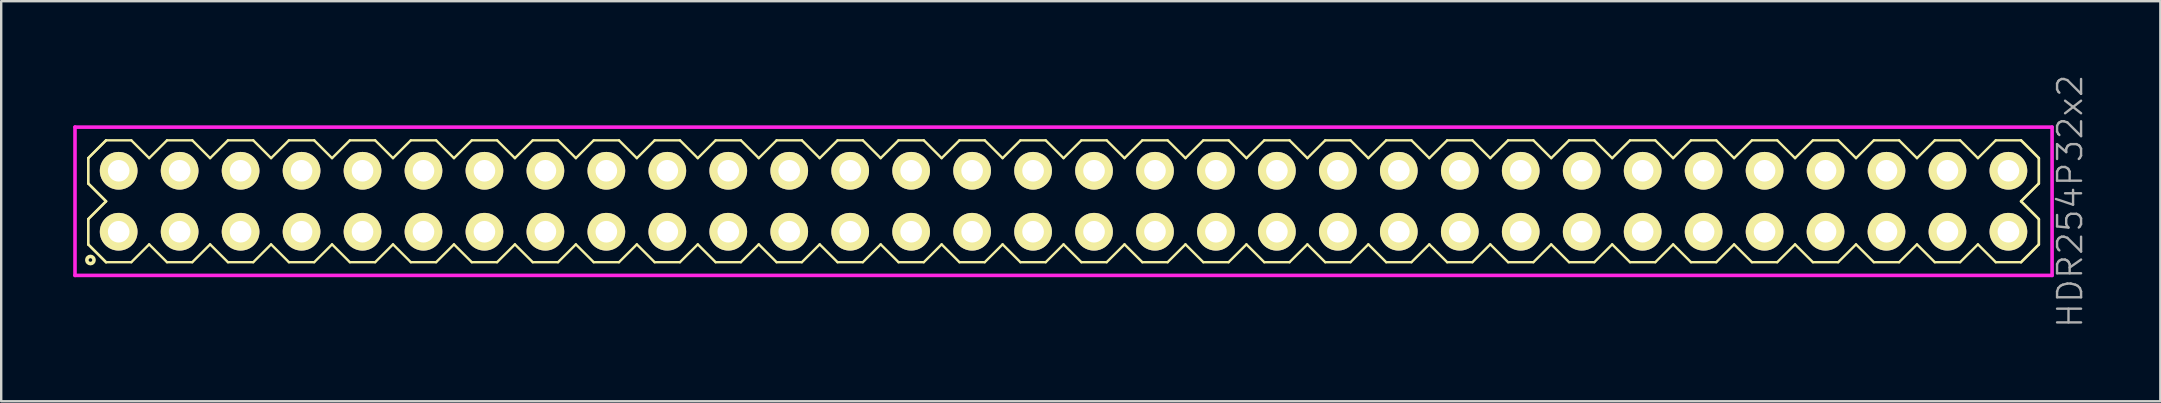
<source format=kicad_pcb>
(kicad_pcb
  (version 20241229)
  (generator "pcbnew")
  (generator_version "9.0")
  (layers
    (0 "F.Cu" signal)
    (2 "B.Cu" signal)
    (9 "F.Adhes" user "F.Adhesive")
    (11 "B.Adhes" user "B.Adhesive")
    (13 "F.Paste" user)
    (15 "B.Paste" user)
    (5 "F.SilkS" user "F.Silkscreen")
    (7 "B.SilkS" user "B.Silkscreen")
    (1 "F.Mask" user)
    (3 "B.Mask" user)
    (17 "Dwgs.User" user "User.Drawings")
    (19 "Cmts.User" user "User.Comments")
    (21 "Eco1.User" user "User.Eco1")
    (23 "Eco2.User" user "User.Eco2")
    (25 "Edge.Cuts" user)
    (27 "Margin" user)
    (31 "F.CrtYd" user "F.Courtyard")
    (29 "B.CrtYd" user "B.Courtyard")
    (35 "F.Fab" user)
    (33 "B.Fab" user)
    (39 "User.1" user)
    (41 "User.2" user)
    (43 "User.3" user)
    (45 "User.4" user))
  (footprint "HDR254P32x2"
    (layer "F.Cu")
    (at 41.265 5.336)
    (property "Reference" "HDR254P32x2" (at 41.94 0 90) (layer "F.Fab") (effects (font (size 1 1) (thickness 0.1))))
    (attr through_hole)
    (fp_line (start -40.64 -1.796) (end -39.896 -2.54) (stroke (width 0.1) (type solid)) (layer "F.SilkS"))
    (fp_line (start -40.64 -1.796) (end -39.896 -2.54) (stroke (width 0.1) (type solid)) (layer "F.SilkS"))
    (fp_line (start -40.64 -0.744) (end -40.64 -1.796) (stroke (width 0.1) (type solid)) (layer "F.SilkS"))
    (fp_line (start -40.64 -0.744) (end -40.64 -1.796) (stroke (width 0.1) (type solid)) (layer "F.SilkS"))
    (fp_line (start -40.64 0.744) (end -39.896 0) (stroke (width 0.1) (type solid)) (layer "F.SilkS"))
    (fp_line (start -40.64 0.744) (end -39.896 0) (stroke (width 0.1) (type solid)) (layer "F.SilkS"))
    (fp_line (start -40.64 1.796) (end -40.64 0.744) (stroke (width 0.1) (type solid)) (layer "F.SilkS"))
    (fp_line (start -40.64 1.796) (end -40.64 0.744) (stroke (width 0.1) (type solid)) (layer "F.SilkS"))
    (fp_line (start -39.896 -2.54) (end -38.844 -2.54) (stroke (width 0.1) (type solid)) (layer "F.SilkS"))
    (fp_line (start -39.896 0) (end -40.64 -0.744) (stroke (width 0.1) (type solid)) (layer "F.SilkS"))
    (fp_line (start -39.896 0) (end -40.64 -0.744) (stroke (width 0.1) (type solid)) (layer "F.SilkS"))
    (fp_line (start -39.896 2.54) (end -40.64 1.796) (stroke (width 0.1) (type solid)) (layer "F.SilkS"))
    (fp_line (start -39.896 2.54) (end -40.64 1.796) (stroke (width 0.1) (type solid)) (layer "F.SilkS"))
    (fp_line (start -38.844 -2.54) (end -38.1 -1.796) (stroke (width 0.1) (type solid)) (layer "F.SilkS"))
    (fp_line (start -38.844 2.54) (end -39.896 2.54) (stroke (width 0.1) (type solid)) (layer "F.SilkS"))
    (fp_line (start -38.1 -1.796) (end -37.356 -2.54) (stroke (width 0.1) (type solid)) (layer "F.SilkS"))
    (fp_line (start -38.1 1.796) (end -38.844 2.54) (stroke (width 0.1) (type solid)) (layer "F.SilkS"))
    (fp_line (start -37.356 -2.54) (end -36.304 -2.54) (stroke (width 0.1) (type solid)) (layer "F.SilkS"))
    (fp_line (start -37.356 2.54) (end -38.1 1.796) (stroke (width 0.1) (type solid)) (layer "F.SilkS"))
    (fp_line (start -36.304 -2.54) (end -35.56 -1.796) (stroke (width 0.1) (type solid)) (layer "F.SilkS"))
    (fp_line (start -36.304 2.54) (end -37.356 2.54) (stroke (width 0.1) (type solid)) (layer "F.SilkS"))
    (fp_line (start -35.56 -1.796) (end -34.816 -2.54) (stroke (width 0.1) (type solid)) (layer "F.SilkS"))
    (fp_line (start -35.56 1.796) (end -36.304 2.54) (stroke (width 0.1) (type solid)) (layer "F.SilkS"))
    (fp_line (start -34.816 -2.54) (end -33.764 -2.54) (stroke (width 0.1) (type solid)) (layer "F.SilkS"))
    (fp_line (start -34.816 2.54) (end -35.56 1.796) (stroke (width 0.1) (type solid)) (layer "F.SilkS"))
    (fp_line (start -33.764 -2.54) (end -33.02 -1.796) (stroke (width 0.1) (type solid)) (layer "F.SilkS"))
    (fp_line (start -33.764 2.54) (end -34.816 2.54) (stroke (width 0.1) (type solid)) (layer "F.SilkS"))
    (fp_line (start -33.02 -1.796) (end -32.276 -2.54) (stroke (width 0.1) (type solid)) (layer "F.SilkS"))
    (fp_line (start -33.02 1.796) (end -33.764 2.54) (stroke (width 0.1) (type solid)) (layer "F.SilkS"))
    (fp_line (start -32.276 -2.54) (end -31.224 -2.54) (stroke (width 0.1) (type solid)) (layer "F.SilkS"))
    (fp_line (start -32.276 2.54) (end -33.02 1.796) (stroke (width 0.1) (type solid)) (layer "F.SilkS"))
    (fp_line (start -31.224 -2.54) (end -30.48 -1.796) (stroke (width 0.1) (type solid)) (layer "F.SilkS"))
    (fp_line (start -31.224 2.54) (end -32.276 2.54) (stroke (width 0.1) (type solid)) (layer "F.SilkS"))
    (fp_line (start -30.48 -1.796) (end -29.736 -2.54) (stroke (width 0.1) (type solid)) (layer "F.SilkS"))
    (fp_line (start -30.48 1.796) (end -31.224 2.54) (stroke (width 0.1) (type solid)) (layer "F.SilkS"))
    (fp_line (start -29.736 -2.54) (end -28.684 -2.54) (stroke (width 0.1) (type solid)) (layer "F.SilkS"))
    (fp_line (start -29.736 2.54) (end -30.48 1.796) (stroke (width 0.1) (type solid)) (layer "F.SilkS"))
    (fp_line (start -28.684 -2.54) (end -27.94 -1.796) (stroke (width 0.1) (type solid)) (layer "F.SilkS"))
    (fp_line (start -28.684 2.54) (end -29.736 2.54) (stroke (width 0.1) (type solid)) (layer "F.SilkS"))
    (fp_line (start -27.94 -1.796) (end -27.196 -2.54) (stroke (width 0.1) (type solid)) (layer "F.SilkS"))
    (fp_line (start -27.94 1.796) (end -28.684 2.54) (stroke (width 0.1) (type solid)) (layer "F.SilkS"))
    (fp_line (start -27.196 -2.54) (end -26.144 -2.54) (stroke (width 0.1) (type solid)) (layer "F.SilkS"))
    (fp_line (start -27.196 2.54) (end -27.94 1.796) (stroke (width 0.1) (type solid)) (layer "F.SilkS"))
    (fp_line (start -26.144 -2.54) (end -25.4 -1.796) (stroke (width 0.1) (type solid)) (layer "F.SilkS"))
    (fp_line (start -26.144 2.54) (end -27.196 2.54) (stroke (width 0.1) (type solid)) (layer "F.SilkS"))
    (fp_line (start -25.4 -1.796) (end -24.656 -2.54) (stroke (width 0.1) (type solid)) (layer "F.SilkS"))
    (fp_line (start -25.4 1.796) (end -26.144 2.54) (stroke (width 0.1) (type solid)) (layer "F.SilkS"))
    (fp_line (start -24.656 -2.54) (end -23.604 -2.54) (stroke (width 0.1) (type solid)) (layer "F.SilkS"))
    (fp_line (start -24.656 2.54) (end -25.4 1.796) (stroke (width 0.1) (type solid)) (layer "F.SilkS"))
    (fp_line (start -23.604 -2.54) (end -22.86 -1.796) (stroke (width 0.1) (type solid)) (layer "F.SilkS"))
    (fp_line (start -23.604 2.54) (end -24.656 2.54) (stroke (width 0.1) (type solid)) (layer "F.SilkS"))
    (fp_line (start -22.86 -1.796) (end -22.116 -2.54) (stroke (width 0.1) (type solid)) (layer "F.SilkS"))
    (fp_line (start -22.86 1.796) (end -23.604 2.54) (stroke (width 0.1) (type solid)) (layer "F.SilkS"))
    (fp_line (start -22.116 -2.54) (end -21.064 -2.54) (stroke (width 0.1) (type solid)) (layer "F.SilkS"))
    (fp_line (start -22.116 2.54) (end -22.86 1.796) (stroke (width 0.1) (type solid)) (layer "F.SilkS"))
    (fp_line (start -21.064 -2.54) (end -20.32 -1.796) (stroke (width 0.1) (type solid)) (layer "F.SilkS"))
    (fp_line (start -21.064 2.54) (end -22.116 2.54) (stroke (width 0.1) (type solid)) (layer "F.SilkS"))
    (fp_line (start -20.32 -1.796) (end -19.576 -2.54) (stroke (width 0.1) (type solid)) (layer "F.SilkS"))
    (fp_line (start -20.32 1.796) (end -21.064 2.54) (stroke (width 0.1) (type solid)) (layer "F.SilkS"))
    (fp_line (start -19.576 -2.54) (end -18.524 -2.54) (stroke (width 0.1) (type solid)) (layer "F.SilkS"))
    (fp_line (start -19.576 2.54) (end -20.32 1.796) (stroke (width 0.1) (type solid)) (layer "F.SilkS"))
    (fp_line (start -18.524 -2.54) (end -17.78 -1.796) (stroke (width 0.1) (type solid)) (layer "F.SilkS"))
    (fp_line (start -18.524 2.54) (end -19.576 2.54) (stroke (width 0.1) (type solid)) (layer "F.SilkS"))
    (fp_line (start -17.78 -1.796) (end -17.036 -2.54) (stroke (width 0.1) (type solid)) (layer "F.SilkS"))
    (fp_line (start -17.78 1.796) (end -18.524 2.54) (stroke (width 0.1) (type solid)) (layer "F.SilkS"))
    (fp_line (start -17.036 -2.54) (end -15.984 -2.54) (stroke (width 0.1) (type solid)) (layer "F.SilkS"))
    (fp_line (start -17.036 2.54) (end -17.78 1.796) (stroke (width 0.1) (type solid)) (layer "F.SilkS"))
    (fp_line (start -15.984 -2.54) (end -15.24 -1.796) (stroke (width 0.1) (type solid)) (layer "F.SilkS"))
    (fp_line (start -15.984 2.54) (end -17.036 2.54) (stroke (width 0.1) (type solid)) (layer "F.SilkS"))
    (fp_line (start -15.24 -1.796) (end -14.496 -2.54) (stroke (width 0.1) (type solid)) (layer "F.SilkS"))
    (fp_line (start -15.24 1.796) (end -15.984 2.54) (stroke (width 0.1) (type solid)) (layer "F.SilkS"))
    (fp_line (start -14.496 -2.54) (end -13.444 -2.54) (stroke (width 0.1) (type solid)) (layer "F.SilkS"))
    (fp_line (start -14.496 2.54) (end -15.24 1.796) (stroke (width 0.1) (type solid)) (layer "F.SilkS"))
    (fp_line (start -13.444 -2.54) (end -12.7 -1.796) (stroke (width 0.1) (type solid)) (layer "F.SilkS"))
    (fp_line (start -13.444 2.54) (end -14.496 2.54) (stroke (width 0.1) (type solid)) (layer "F.SilkS"))
    (fp_line (start -12.7 -1.796) (end -11.956 -2.54) (stroke (width 0.1) (type solid)) (layer "F.SilkS"))
    (fp_line (start -12.7 1.796) (end -13.444 2.54) (stroke (width 0.1) (type solid)) (layer "F.SilkS"))
    (fp_line (start -11.956 -2.54) (end -10.904 -2.54) (stroke (width 0.1) (type solid)) (layer "F.SilkS"))
    (fp_line (start -11.956 2.54) (end -12.7 1.796) (stroke (width 0.1) (type solid)) (layer "F.SilkS"))
    (fp_line (start -10.904 -2.54) (end -10.16 -1.796) (stroke (width 0.1) (type solid)) (layer "F.SilkS"))
    (fp_line (start -10.904 2.54) (end -11.956 2.54) (stroke (width 0.1) (type solid)) (layer "F.SilkS"))
    (fp_line (start -10.16 -1.796) (end -9.416 -2.54) (stroke (width 0.1) (type solid)) (layer "F.SilkS"))
    (fp_line (start -10.16 1.796) (end -10.904 2.54) (stroke (width 0.1) (type solid)) (layer "F.SilkS"))
    (fp_line (start -9.416 -2.54) (end -8.364 -2.54) (stroke (width 0.1) (type solid)) (layer "F.SilkS"))
    (fp_line (start -9.416 2.54) (end -10.16 1.796) (stroke (width 0.1) (type solid)) (layer "F.SilkS"))
    (fp_line (start -8.364 -2.54) (end -7.62 -1.796) (stroke (width 0.1) (type solid)) (layer "F.SilkS"))
    (fp_line (start -8.364 2.54) (end -9.416 2.54) (stroke (width 0.1) (type solid)) (layer "F.SilkS"))
    (fp_line (start -7.62 -1.796) (end -6.876 -2.54) (stroke (width 0.1) (type solid)) (layer "F.SilkS"))
    (fp_line (start -7.62 1.796) (end -8.364 2.54) (stroke (width 0.1) (type solid)) (layer "F.SilkS"))
    (fp_line (start -6.876 -2.54) (end -5.824 -2.54) (stroke (width 0.1) (type solid)) (layer "F.SilkS"))
    (fp_line (start -6.876 2.54) (end -7.62 1.796) (stroke (width 0.1) (type solid)) (layer "F.SilkS"))
    (fp_line (start -5.824 -2.54) (end -5.08 -1.796) (stroke (width 0.1) (type solid)) (layer "F.SilkS"))
    (fp_line (start -5.824 2.54) (end -6.876 2.54) (stroke (width 0.1) (type solid)) (layer "F.SilkS"))
    (fp_line (start -5.08 -1.796) (end -4.336 -2.54) (stroke (width 0.1) (type solid)) (layer "F.SilkS"))
    (fp_line (start -5.08 1.796) (end -5.824 2.54) (stroke (width 0.1) (type solid)) (layer "F.SilkS"))
    (fp_line (start -4.336 -2.54) (end -3.284 -2.54) (stroke (width 0.1) (type solid)) (layer "F.SilkS"))
    (fp_line (start -4.336 2.54) (end -5.08 1.796) (stroke (width 0.1) (type solid)) (layer "F.SilkS"))
    (fp_line (start -3.284 -2.54) (end -2.54 -1.796) (stroke (width 0.1) (type solid)) (layer "F.SilkS"))
    (fp_line (start -3.284 2.54) (end -4.336 2.54) (stroke (width 0.1) (type solid)) (layer "F.SilkS"))
    (fp_line (start -2.54 -1.796) (end -1.796 -2.54) (stroke (width 0.1) (type solid)) (layer "F.SilkS"))
    (fp_line (start -2.54 1.796) (end -3.284 2.54) (stroke (width 0.1) (type solid)) (layer "F.SilkS"))
    (fp_line (start -1.796 -2.54) (end -0.744 -2.54) (stroke (width 0.1) (type solid)) (layer "F.SilkS"))
    (fp_line (start -1.796 2.54) (end -2.54 1.796) (stroke (width 0.1) (type solid)) (layer "F.SilkS"))
    (fp_line (start -0.744 -2.54) (end 0 -1.796) (stroke (width 0.1) (type solid)) (layer "F.SilkS"))
    (fp_line (start -0.744 2.54) (end -1.796 2.54) (stroke (width 0.1) (type solid)) (layer "F.SilkS"))
    (fp_line (start 0 -1.796) (end 0.744 -2.54) (stroke (width 0.1) (type solid)) (layer "F.SilkS"))
    (fp_line (start 0 1.796) (end -0.744 2.54) (stroke (width 0.1) (type solid)) (layer "F.SilkS"))
    (fp_line (start 0.744 -2.54) (end 1.796 -2.54) (stroke (width 0.1) (type solid)) (layer "F.SilkS"))
    (fp_line (start 0.744 2.54) (end 0 1.796) (stroke (width 0.1) (type solid)) (layer "F.SilkS"))
    (fp_line (start 1.796 -2.54) (end 2.54 -1.796) (stroke (width 0.1) (type solid)) (layer "F.SilkS"))
    (fp_line (start 1.796 2.54) (end 0.744 2.54) (stroke (width 0.1) (type solid)) (layer "F.SilkS"))
    (fp_line (start 2.54 -1.796) (end 3.284 -2.54) (stroke (width 0.1) (type solid)) (layer "F.SilkS"))
    (fp_line (start 2.54 1.796) (end 1.796 2.54) (stroke (width 0.1) (type solid)) (layer "F.SilkS"))
    (fp_line (start 3.284 -2.54) (end 4.336 -2.54) (stroke (width 0.1) (type solid)) (layer "F.SilkS"))
    (fp_line (start 3.284 2.54) (end 2.54 1.796) (stroke (width 0.1) (type solid)) (layer "F.SilkS"))
    (fp_line (start 4.336 -2.54) (end 5.08 -1.796) (stroke (width 0.1) (type solid)) (layer "F.SilkS"))
    (fp_line (start 4.336 2.54) (end 3.284 2.54) (stroke (width 0.1) (type solid)) (layer "F.SilkS"))
    (fp_line (start 5.08 -1.796) (end 5.824 -2.54) (stroke (width 0.1) (type solid)) (layer "F.SilkS"))
    (fp_line (start 5.08 1.796) (end 4.336 2.54) (stroke (width 0.1) (type solid)) (layer "F.SilkS"))
    (fp_line (start 5.824 -2.54) (end 6.876 -2.54) (stroke (width 0.1) (type solid)) (layer "F.SilkS"))
    (fp_line (start 5.824 2.54) (end 5.08 1.796) (stroke (width 0.1) (type solid)) (layer "F.SilkS"))
    (fp_line (start 6.876 -2.54) (end 7.62 -1.796) (stroke (width 0.1) (type solid)) (layer "F.SilkS"))
    (fp_line (start 6.876 2.54) (end 5.824 2.54) (stroke (width 0.1) (type solid)) (layer "F.SilkS"))
    (fp_line (start 7.62 -1.796) (end 8.364 -2.54) (stroke (width 0.1) (type solid)) (layer "F.SilkS"))
    (fp_line (start 7.62 1.796) (end 6.876 2.54) (stroke (width 0.1) (type solid)) (layer "F.SilkS"))
    (fp_line (start 8.364 -2.54) (end 9.416 -2.54) (stroke (width 0.1) (type solid)) (layer "F.SilkS"))
    (fp_line (start 8.364 2.54) (end 7.62 1.796) (stroke (width 0.1) (type solid)) (layer "F.SilkS"))
    (fp_line (start 9.416 -2.54) (end 10.16 -1.796) (stroke (width 0.1) (type solid)) (layer "F.SilkS"))
    (fp_line (start 9.416 2.54) (end 8.364 2.54) (stroke (width 0.1) (type solid)) (layer "F.SilkS"))
    (fp_line (start 10.16 -1.796) (end 10.904 -2.54) (stroke (width 0.1) (type solid)) (layer "F.SilkS"))
    (fp_line (start 10.16 1.796) (end 9.416 2.54) (stroke (width 0.1) (type solid)) (layer "F.SilkS"))
    (fp_line (start 10.904 -2.54) (end 11.956 -2.54) (stroke (width 0.1) (type solid)) (layer "F.SilkS"))
    (fp_line (start 10.904 2.54) (end 10.16 1.796) (stroke (width 0.1) (type solid)) (layer "F.SilkS"))
    (fp_line (start 11.956 -2.54) (end 12.7 -1.796) (stroke (width 0.1) (type solid)) (layer "F.SilkS"))
    (fp_line (start 11.956 2.54) (end 10.904 2.54) (stroke (width 0.1) (type solid)) (layer "F.SilkS"))
    (fp_line (start 12.7 -1.796) (end 13.444 -2.54) (stroke (width 0.1) (type solid)) (layer "F.SilkS"))
    (fp_line (start 12.7 1.796) (end 11.956 2.54) (stroke (width 0.1) (type solid)) (layer "F.SilkS"))
    (fp_line (start 13.444 -2.54) (end 14.496 -2.54) (stroke (width 0.1) (type solid)) (layer "F.SilkS"))
    (fp_line (start 13.444 2.54) (end 12.7 1.796) (stroke (width 0.1) (type solid)) (layer "F.SilkS"))
    (fp_line (start 14.496 -2.54) (end 15.24 -1.796) (stroke (width 0.1) (type solid)) (layer "F.SilkS"))
    (fp_line (start 14.496 2.54) (end 13.444 2.54) (stroke (width 0.1) (type solid)) (layer "F.SilkS"))
    (fp_line (start 15.24 -1.796) (end 15.984 -2.54) (stroke (width 0.1) (type solid)) (layer "F.SilkS"))
    (fp_line (start 15.24 1.796) (end 14.496 2.54) (stroke (width 0.1) (type solid)) (layer "F.SilkS"))
    (fp_line (start 15.984 -2.54) (end 17.036 -2.54) (stroke (width 0.1) (type solid)) (layer "F.SilkS"))
    (fp_line (start 15.984 2.54) (end 15.24 1.796) (stroke (width 0.1) (type solid)) (layer "F.SilkS"))
    (fp_line (start 17.036 -2.54) (end 17.78 -1.796) (stroke (width 0.1) (type solid)) (layer "F.SilkS"))
    (fp_line (start 17.036 2.54) (end 15.984 2.54) (stroke (width 0.1) (type solid)) (layer "F.SilkS"))
    (fp_line (start 17.78 -1.796) (end 18.524 -2.54) (stroke (width 0.1) (type solid)) (layer "F.SilkS"))
    (fp_line (start 17.78 1.796) (end 17.036 2.54) (stroke (width 0.1) (type solid)) (layer "F.SilkS"))
    (fp_line (start 18.524 -2.54) (end 19.576 -2.54) (stroke (width 0.1) (type solid)) (layer "F.SilkS"))
    (fp_line (start 18.524 2.54) (end 17.78 1.796) (stroke (width 0.1) (type solid)) (layer "F.SilkS"))
    (fp_line (start 19.576 -2.54) (end 20.32 -1.796) (stroke (width 0.1) (type solid)) (layer "F.SilkS"))
    (fp_line (start 19.576 2.54) (end 18.524 2.54) (stroke (width 0.1) (type solid)) (layer "F.SilkS"))
    (fp_line (start 20.32 -1.796) (end 21.064 -2.54) (stroke (width 0.1) (type solid)) (layer "F.SilkS"))
    (fp_line (start 20.32 1.796) (end 19.576 2.54) (stroke (width 0.1) (type solid)) (layer "F.SilkS"))
    (fp_line (start 21.064 -2.54) (end 22.116 -2.54) (stroke (width 0.1) (type solid)) (layer "F.SilkS"))
    (fp_line (start 21.064 2.54) (end 20.32 1.796) (stroke (width 0.1) (type solid)) (layer "F.SilkS"))
    (fp_line (start 22.116 -2.54) (end 22.86 -1.796) (stroke (width 0.1) (type solid)) (layer "F.SilkS"))
    (fp_line (start 22.116 2.54) (end 21.064 2.54) (stroke (width 0.1) (type solid)) (layer "F.SilkS"))
    (fp_line (start 22.86 -1.796) (end 23.604 -2.54) (stroke (width 0.1) (type solid)) (layer "F.SilkS"))
    (fp_line (start 22.86 1.796) (end 22.116 2.54) (stroke (width 0.1) (type solid)) (layer "F.SilkS"))
    (fp_line (start 23.604 -2.54) (end 24.656 -2.54) (stroke (width 0.1) (type solid)) (layer "F.SilkS"))
    (fp_line (start 23.604 2.54) (end 22.86 1.796) (stroke (width 0.1) (type solid)) (layer "F.SilkS"))
    (fp_line (start 24.656 -2.54) (end 25.4 -1.796) (stroke (width 0.1) (type solid)) (layer "F.SilkS"))
    (fp_line (start 24.656 2.54) (end 23.604 2.54) (stroke (width 0.1) (type solid)) (layer "F.SilkS"))
    (fp_line (start 25.4 -1.796) (end 26.144 -2.54) (stroke (width 0.1) (type solid)) (layer "F.SilkS"))
    (fp_line (start 25.4 1.796) (end 24.656 2.54) (stroke (width 0.1) (type solid)) (layer "F.SilkS"))
    (fp_line (start 26.144 -2.54) (end 27.196 -2.54) (stroke (width 0.1) (type solid)) (layer "F.SilkS"))
    (fp_line (start 26.144 2.54) (end 25.4 1.796) (stroke (width 0.1) (type solid)) (layer "F.SilkS"))
    (fp_line (start 27.196 -2.54) (end 27.94 -1.796) (stroke (width 0.1) (type solid)) (layer "F.SilkS"))
    (fp_line (start 27.196 2.54) (end 26.144 2.54) (stroke (width 0.1) (type solid)) (layer "F.SilkS"))
    (fp_line (start 27.94 -1.796) (end 28.684 -2.54) (stroke (width 0.1) (type solid)) (layer "F.SilkS"))
    (fp_line (start 27.94 1.796) (end 27.196 2.54) (stroke (width 0.1) (type solid)) (layer "F.SilkS"))
    (fp_line (start 28.684 -2.54) (end 29.736 -2.54) (stroke (width 0.1) (type solid)) (layer "F.SilkS"))
    (fp_line (start 28.684 2.54) (end 27.94 1.796) (stroke (width 0.1) (type solid)) (layer "F.SilkS"))
    (fp_line (start 29.736 -2.54) (end 30.48 -1.796) (stroke (width 0.1) (type solid)) (layer "F.SilkS"))
    (fp_line (start 29.736 2.54) (end 28.684 2.54) (stroke (width 0.1) (type solid)) (layer "F.SilkS"))
    (fp_line (start 30.48 -1.796) (end 31.224 -2.54) (stroke (width 0.1) (type solid)) (layer "F.SilkS"))
    (fp_line (start 30.48 1.796) (end 29.736 2.54) (stroke (width 0.1) (type solid)) (layer "F.SilkS"))
    (fp_line (start 31.224 -2.54) (end 32.276 -2.54) (stroke (width 0.1) (type solid)) (layer "F.SilkS"))
    (fp_line (start 31.224 2.54) (end 30.48 1.796) (stroke (width 0.1) (type solid)) (layer "F.SilkS"))
    (fp_line (start 32.276 -2.54) (end 33.02 -1.796) (stroke (width 0.1) (type solid)) (layer "F.SilkS"))
    (fp_line (start 32.276 2.54) (end 31.224 2.54) (stroke (width 0.1) (type solid)) (layer "F.SilkS"))
    (fp_line (start 33.02 -1.796) (end 33.764 -2.54) (stroke (width 0.1) (type solid)) (layer "F.SilkS"))
    (fp_line (start 33.02 1.796) (end 32.276 2.54) (stroke (width 0.1) (type solid)) (layer "F.SilkS"))
    (fp_line (start 33.764 -2.54) (end 34.816 -2.54) (stroke (width 0.1) (type solid)) (layer "F.SilkS"))
    (fp_line (start 33.764 2.54) (end 33.02 1.796) (stroke (width 0.1) (type solid)) (layer "F.SilkS"))
    (fp_line (start 34.816 -2.54) (end 35.56 -1.796) (stroke (width 0.1) (type solid)) (layer "F.SilkS"))
    (fp_line (start 34.816 2.54) (end 33.764 2.54) (stroke (width 0.1) (type solid)) (layer "F.SilkS"))
    (fp_line (start 35.56 -1.796) (end 36.304 -2.54) (stroke (width 0.1) (type solid)) (layer "F.SilkS"))
    (fp_line (start 35.56 1.796) (end 34.816 2.54) (stroke (width 0.1) (type solid)) (layer "F.SilkS"))
    (fp_line (start 36.304 -2.54) (end 37.356 -2.54) (stroke (width 0.1) (type solid)) (layer "F.SilkS"))
    (fp_line (start 36.304 2.54) (end 35.56 1.796) (stroke (width 0.1) (type solid)) (layer "F.SilkS"))
    (fp_line (start 37.356 -2.54) (end 38.1 -1.796) (stroke (width 0.1) (type solid)) (layer "F.SilkS"))
    (fp_line (start 37.356 2.54) (end 36.304 2.54) (stroke (width 0.1) (type solid)) (layer "F.SilkS"))
    (fp_line (start 38.1 -1.796) (end 38.844 -2.54) (stroke (width 0.1) (type solid)) (layer "F.SilkS"))
    (fp_line (start 38.1 1.796) (end 37.356 2.54) (stroke (width 0.1) (type solid)) (layer "F.SilkS"))
    (fp_line (start 38.844 -2.54) (end 39.896 -2.54) (stroke (width 0.1) (type solid)) (layer "F.SilkS"))
    (fp_line (start 38.844 2.54) (end 38.1 1.796) (stroke (width 0.1) (type solid)) (layer "F.SilkS"))
    (fp_line (start 39.896 -2.54) (end 40.64 -1.796) (stroke (width 0.1) (type solid)) (layer "F.SilkS"))
    (fp_line (start 39.896 -2.54) (end 40.64 -1.796) (stroke (width 0.1) (type solid)) (layer "F.SilkS"))
    (fp_line (start 39.896 0) (end 40.64 0.744) (stroke (width 0.1) (type solid)) (layer "F.SilkS"))
    (fp_line (start 39.896 0) (end 40.64 0.744) (stroke (width 0.1) (type solid)) (layer "F.SilkS"))
    (fp_line (start 39.896 2.54) (end 38.844 2.54) (stroke (width 0.1) (type solid)) (layer "F.SilkS"))
    (fp_line (start 40.64 -1.796) (end 40.64 -0.744) (stroke (width 0.1) (type solid)) (layer "F.SilkS"))
    (fp_line (start 40.64 -1.796) (end 40.64 -0.744) (stroke (width 0.1) (type solid)) (layer "F.SilkS"))
    (fp_line (start 40.64 -0.744) (end 39.896 0) (stroke (width 0.1) (type solid)) (layer "F.SilkS"))
    (fp_line (start 40.64 -0.744) (end 39.896 0) (stroke (width 0.1) (type solid)) (layer "F.SilkS"))
    (fp_line (start 40.64 0.744) (end 40.64 1.796) (stroke (width 0.1) (type solid)) (layer "F.SilkS"))
    (fp_line (start 40.64 0.744) (end 40.64 1.796) (stroke (width 0.1) (type solid)) (layer "F.SilkS"))
    (fp_line (start 40.64 1.796) (end 39.896 2.54) (stroke (width 0.1) (type solid)) (layer "F.SilkS"))
    (fp_line (start 40.64 1.796) (end 39.896 2.54) (stroke (width 0.1) (type solid)) (layer "F.SilkS"))
    (fp_circle (center -40.547 2.448) (end -40.397 2.448) (stroke (width 0.15) (type solid)) (fill no) (layer "F.SilkS"))
    (fp_line (start -41.19 -3.09) (end -41.19 3.09) (stroke (width 0.15) (type solid)) (layer "F.CrtYd"))
    (fp_line (start -41.19 3.09) (end 41.19 3.09) (stroke (width 0.15) (type solid)) (layer "F.CrtYd"))
    (fp_line (start 41.19 -3.09) (end -41.19 -3.09) (stroke (width 0.15) (type solid)) (layer "F.CrtYd"))
    (fp_line (start 41.19 3.09) (end 41.19 -3.09) (stroke (width 0.15) (type solid)) (layer "F.CrtYd"))
    (pad "1" thru_hole oval (at -39.37 1.27) (size 1.57 1.57) (drill 0.9) (layers "*.Cu" "*.Mask" "F.SilkS"))
    (pad "2" thru_hole oval (at -39.37 -1.27) (size 1.57 1.57) (drill 0.9) (layers "*.Cu" "*.Mask" "F.SilkS"))
    (pad "3" thru_hole oval (at -36.83 1.27) (size 1.57 1.57) (drill 0.9) (layers "*.Cu" "*.Mask" "F.SilkS"))
    (pad "4" thru_hole oval (at -36.83 -1.27) (size 1.57 1.57) (drill 0.9) (layers "*.Cu" "*.Mask" "F.SilkS"))
    (pad "5" thru_hole oval (at -34.29 1.27) (size 1.57 1.57) (drill 0.9) (layers "*.Cu" "*.Mask" "F.SilkS"))
    (pad "6" thru_hole oval (at -34.29 -1.27) (size 1.57 1.57) (drill 0.9) (layers "*.Cu" "*.Mask" "F.SilkS"))
    (pad "7" thru_hole oval (at -31.75 1.27) (size 1.57 1.57) (drill 0.9) (layers "*.Cu" "*.Mask" "F.SilkS"))
    (pad "8" thru_hole oval (at -31.75 -1.27) (size 1.57 1.57) (drill 0.9) (layers "*.Cu" "*.Mask" "F.SilkS"))
    (pad "9" thru_hole oval (at -29.21 1.27) (size 1.57 1.57) (drill 0.9) (layers "*.Cu" "*.Mask" "F.SilkS"))
    (pad "10" thru_hole oval (at -29.21 -1.27) (size 1.57 1.57) (drill 0.9) (layers "*.Cu" "*.Mask" "F.SilkS"))
    (pad "11" thru_hole oval (at -26.67 1.27) (size 1.57 1.57) (drill 0.9) (layers "*.Cu" "*.Mask" "F.SilkS"))
    (pad "12" thru_hole oval (at -26.67 -1.27) (size 1.57 1.57) (drill 0.9) (layers "*.Cu" "*.Mask" "F.SilkS"))
    (pad "13" thru_hole oval (at -24.13 1.27) (size 1.57 1.57) (drill 0.9) (layers "*.Cu" "*.Mask" "F.SilkS"))
    (pad "14" thru_hole oval (at -24.13 -1.27) (size 1.57 1.57) (drill 0.9) (layers "*.Cu" "*.Mask" "F.SilkS"))
    (pad "15" thru_hole oval (at -21.59 1.27) (size 1.57 1.57) (drill 0.9) (layers "*.Cu" "*.Mask" "F.SilkS"))
    (pad "16" thru_hole oval (at -21.59 -1.27) (size 1.57 1.57) (drill 0.9) (layers "*.Cu" "*.Mask" "F.SilkS"))
    (pad "17" thru_hole oval (at -19.05 1.27) (size 1.57 1.57) (drill 0.9) (layers "*.Cu" "*.Mask" "F.SilkS"))
    (pad "18" thru_hole oval (at -19.05 -1.27) (size 1.57 1.57) (drill 0.9) (layers "*.Cu" "*.Mask" "F.SilkS"))
    (pad "19" thru_hole oval (at -16.51 1.27) (size 1.57 1.57) (drill 0.9) (layers "*.Cu" "*.Mask" "F.SilkS"))
    (pad "20" thru_hole oval (at -16.51 -1.27) (size 1.57 1.57) (drill 0.9) (layers "*.Cu" "*.Mask" "F.SilkS"))
    (pad "21" thru_hole oval (at -13.97 1.27) (size 1.57 1.57) (drill 0.9) (layers "*.Cu" "*.Mask" "F.SilkS"))
    (pad "22" thru_hole oval (at -13.97 -1.27) (size 1.57 1.57) (drill 0.9) (layers "*.Cu" "*.Mask" "F.SilkS"))
    (pad "23" thru_hole oval (at -11.43 1.27) (size 1.57 1.57) (drill 0.9) (layers "*.Cu" "*.Mask" "F.SilkS"))
    (pad "24" thru_hole oval (at -11.43 -1.27) (size 1.57 1.57) (drill 0.9) (layers "*.Cu" "*.Mask" "F.SilkS"))
    (pad "25" thru_hole oval (at -8.89 1.27) (size 1.57 1.57) (drill 0.9) (layers "*.Cu" "*.Mask" "F.SilkS"))
    (pad "26" thru_hole oval (at -8.89 -1.27) (size 1.57 1.57) (drill 0.9) (layers "*.Cu" "*.Mask" "F.SilkS"))
    (pad "27" thru_hole oval (at -6.35 1.27) (size 1.57 1.57) (drill 0.9) (layers "*.Cu" "*.Mask" "F.SilkS"))
    (pad "28" thru_hole oval (at -6.35 -1.27) (size 1.57 1.57) (drill 0.9) (layers "*.Cu" "*.Mask" "F.SilkS"))
    (pad "29" thru_hole oval (at -3.81 1.27) (size 1.57 1.57) (drill 0.9) (layers "*.Cu" "*.Mask" "F.SilkS"))
    (pad "30" thru_hole oval (at -3.81 -1.27) (size 1.57 1.57) (drill 0.9) (layers "*.Cu" "*.Mask" "F.SilkS"))
    (pad "31" thru_hole oval (at -1.27 1.27) (size 1.57 1.57) (drill 0.9) (layers "*.Cu" "*.Mask" "F.SilkS"))
    (pad "32" thru_hole oval (at -1.27 -1.27) (size 1.57 1.57) (drill 0.9) (layers "*.Cu" "*.Mask" "F.SilkS"))
    (pad "33" thru_hole oval (at 1.27 1.27) (size 1.57 1.57) (drill 0.9) (layers "*.Cu" "*.Mask" "F.SilkS"))
    (pad "34" thru_hole oval (at 1.27 -1.27) (size 1.57 1.57) (drill 0.9) (layers "*.Cu" "*.Mask" "F.SilkS"))
    (pad "35" thru_hole oval (at 3.81 1.27) (size 1.57 1.57) (drill 0.9) (layers "*.Cu" "*.Mask" "F.SilkS"))
    (pad "36" thru_hole oval (at 3.81 -1.27) (size 1.57 1.57) (drill 0.9) (layers "*.Cu" "*.Mask" "F.SilkS"))
    (pad "37" thru_hole oval (at 6.35 1.27) (size 1.57 1.57) (drill 0.9) (layers "*.Cu" "*.Mask" "F.SilkS"))
    (pad "38" thru_hole oval (at 6.35 -1.27) (size 1.57 1.57) (drill 0.9) (layers "*.Cu" "*.Mask" "F.SilkS"))
    (pad "39" thru_hole oval (at 8.89 1.27) (size 1.57 1.57) (drill 0.9) (layers "*.Cu" "*.Mask" "F.SilkS"))
    (pad "40" thru_hole oval (at 8.89 -1.27) (size 1.57 1.57) (drill 0.9) (layers "*.Cu" "*.Mask" "F.SilkS"))
    (pad "41" thru_hole oval (at 11.43 1.27) (size 1.57 1.57) (drill 0.9) (layers "*.Cu" "*.Mask" "F.SilkS"))
    (pad "42" thru_hole oval (at 11.43 -1.27) (size 1.57 1.57) (drill 0.9) (layers "*.Cu" "*.Mask" "F.SilkS"))
    (pad "43" thru_hole oval (at 13.97 1.27) (size 1.57 1.57) (drill 0.9) (layers "*.Cu" "*.Mask" "F.SilkS"))
    (pad "44" thru_hole oval (at 13.97 -1.27) (size 1.57 1.57) (drill 0.9) (layers "*.Cu" "*.Mask" "F.SilkS"))
    (pad "45" thru_hole oval (at 16.51 1.27) (size 1.57 1.57) (drill 0.9) (layers "*.Cu" "*.Mask" "F.SilkS"))
    (pad "46" thru_hole oval (at 16.51 -1.27) (size 1.57 1.57) (drill 0.9) (layers "*.Cu" "*.Mask" "F.SilkS"))
    (pad "47" thru_hole oval (at 19.05 1.27) (size 1.57 1.57) (drill 0.9) (layers "*.Cu" "*.Mask" "F.SilkS"))
    (pad "48" thru_hole oval (at 19.05 -1.27) (size 1.57 1.57) (drill 0.9) (layers "*.Cu" "*.Mask" "F.SilkS"))
    (pad "49" thru_hole oval (at 21.59 1.27) (size 1.57 1.57) (drill 0.9) (layers "*.Cu" "*.Mask" "F.SilkS"))
    (pad "50" thru_hole oval (at 21.59 -1.27) (size 1.57 1.57) (drill 0.9) (layers "*.Cu" "*.Mask" "F.SilkS"))
    (pad "51" thru_hole oval (at 24.13 1.27) (size 1.57 1.57) (drill 0.9) (layers "*.Cu" "*.Mask" "F.SilkS"))
    (pad "52" thru_hole oval (at 24.13 -1.27) (size 1.57 1.57) (drill 0.9) (layers "*.Cu" "*.Mask" "F.SilkS"))
    (pad "53" thru_hole oval (at 26.67 1.27) (size 1.57 1.57) (drill 0.9) (layers "*.Cu" "*.Mask" "F.SilkS"))
    (pad "54" thru_hole oval (at 26.67 -1.27) (size 1.57 1.57) (drill 0.9) (layers "*.Cu" "*.Mask" "F.SilkS"))
    (pad "55" thru_hole oval (at 29.21 1.27) (size 1.57 1.57) (drill 0.9) (layers "*.Cu" "*.Mask" "F.SilkS"))
    (pad "56" thru_hole oval (at 29.21 -1.27) (size 1.57 1.57) (drill 0.9) (layers "*.Cu" "*.Mask" "F.SilkS"))
    (pad "57" thru_hole oval (at 31.75 1.27) (size 1.57 1.57) (drill 0.9) (layers "*.Cu" "*.Mask" "F.SilkS"))
    (pad "58" thru_hole oval (at 31.75 -1.27) (size 1.57 1.57) (drill 0.9) (layers "*.Cu" "*.Mask" "F.SilkS"))
    (pad "59" thru_hole oval (at 34.29 1.27) (size 1.57 1.57) (drill 0.9) (layers "*.Cu" "*.Mask" "F.SilkS"))
    (pad "60" thru_hole oval (at 34.29 -1.27) (size 1.57 1.57) (drill 0.9) (layers "*.Cu" "*.Mask" "F.SilkS"))
    (pad "61" thru_hole oval (at 36.83 1.27) (size 1.57 1.57) (drill 0.9) (layers "*.Cu" "*.Mask" "F.SilkS"))
    (pad "62" thru_hole oval (at 36.83 -1.27) (size 1.57 1.57) (drill 0.9) (layers "*.Cu" "*.Mask" "F.SilkS"))
    (pad "63" thru_hole oval (at 39.37 1.27) (size 1.57 1.57) (drill 0.9) (layers "*.Cu" "*.Mask" "F.SilkS"))
    (pad "64" thru_hole oval (at 39.37 -1.27) (size 1.57 1.57) (drill 0.9) (layers "*.Cu" "*.Mask" "F.SilkS")))
  (gr_rect
    (start -3 -3)
    (end 86.966 13.671)
    (stroke (width 0.1) (type default))
    (fill no)
    (layer "Edge.Cuts")))
</source>
